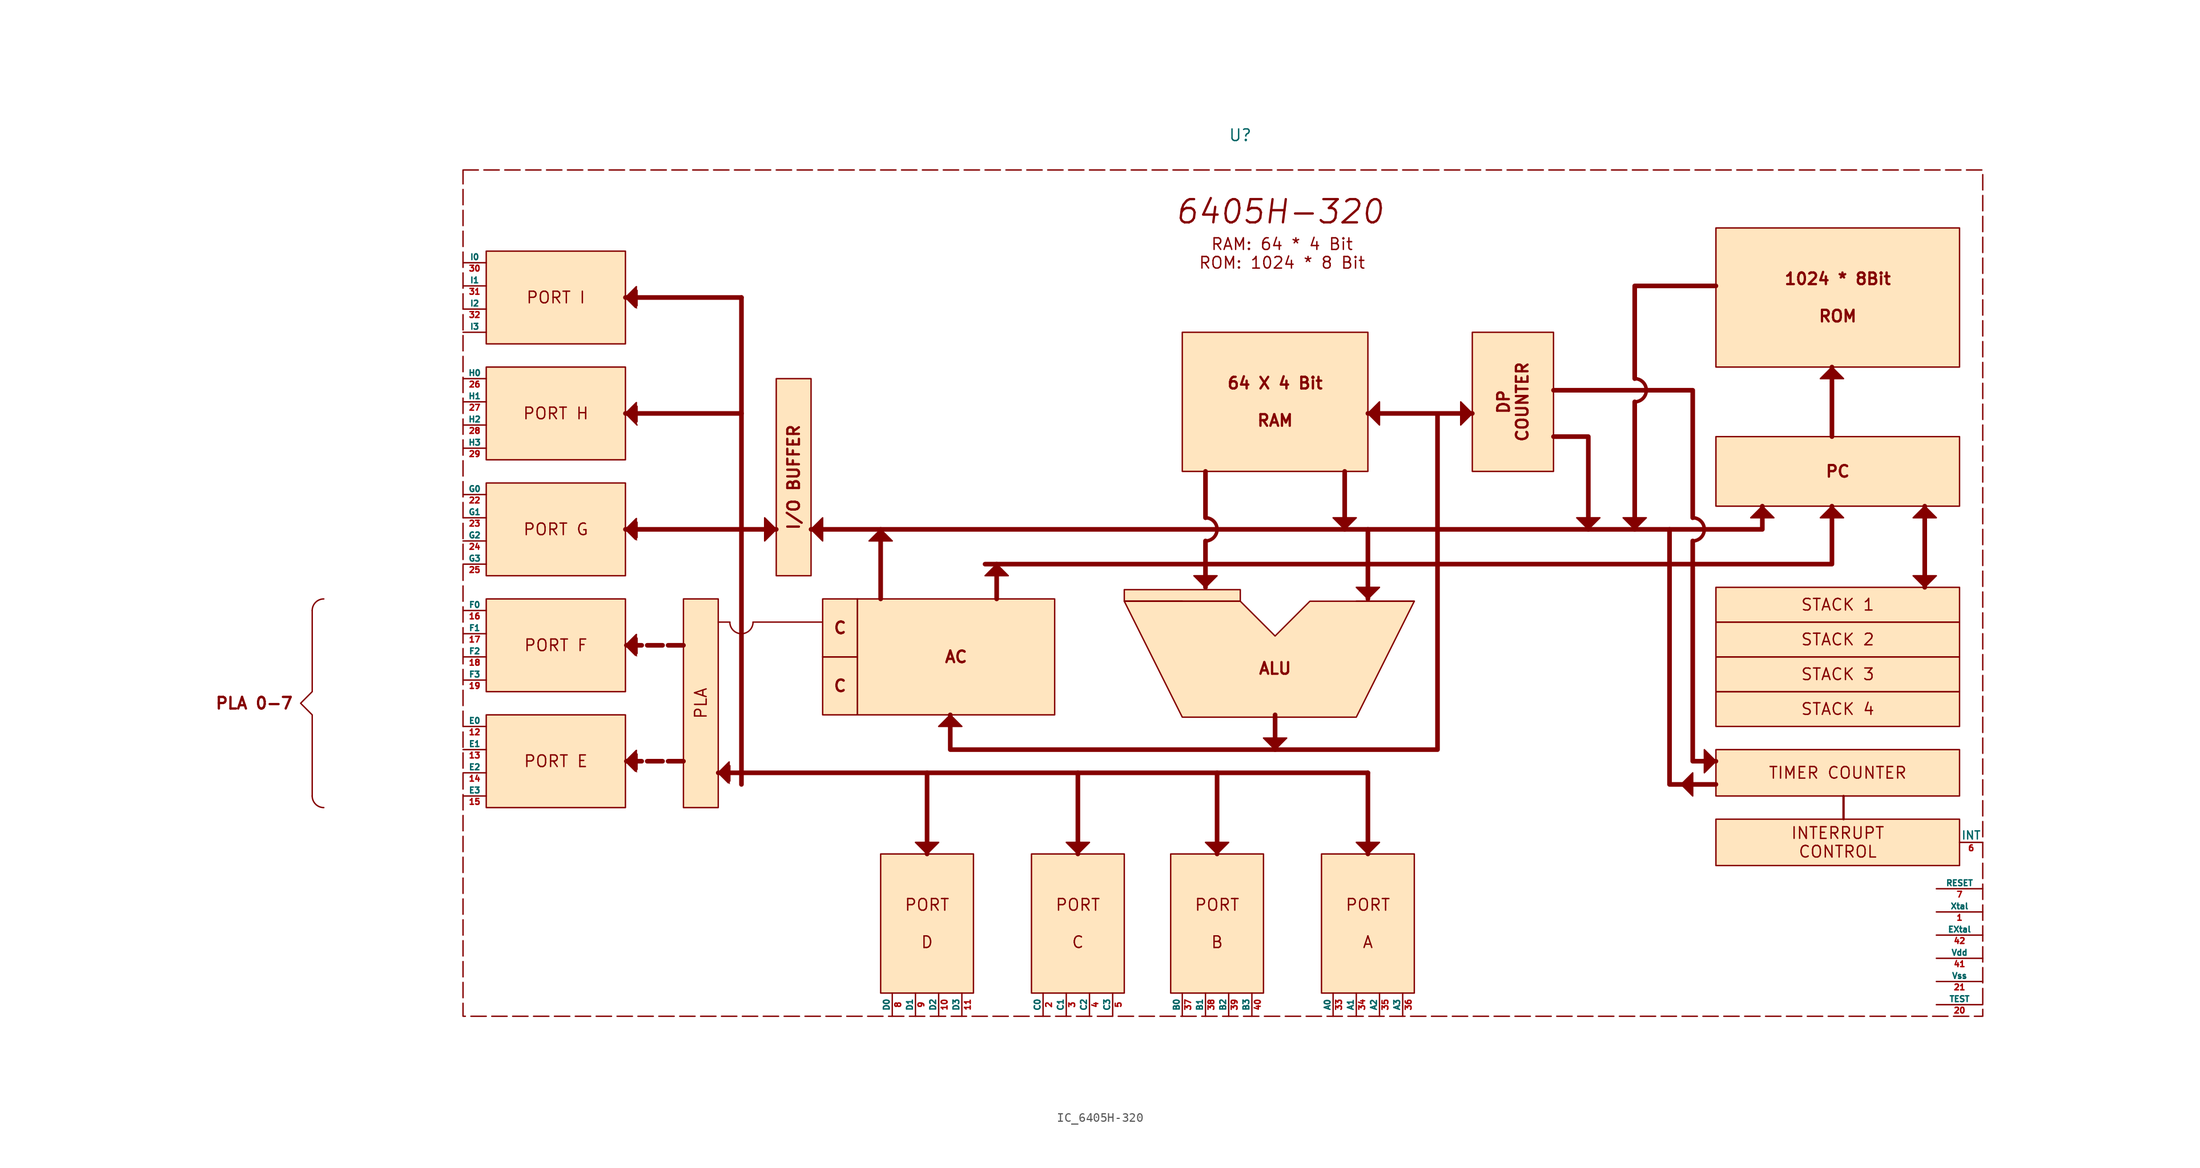
<source format=kicad_sym>
(kicad_symbol_lib
  (version 20241209)
  (generator "kicad_symbol_editor")
  (generator_version "9.0")
  (symbol "IC_6405H-320"
    (pin_names
      (offset 0))
    (property "Reference" "U"
      (at 0 0 0)
      (effects (font (size 1.27 1.27))))
    (property "Value" ""
      (at 0 0 0)
      (effects (font (size 1.27 1.27))))
    (symbol "IC_6405H-320_0_1"
      (polyline (pts (xy -101.6 -52.07) (xy -101.6 -60.96) (xy -102.87 -62.23) (xy -101.6 -63.5) (xy -101.6 -72.39)) (stroke (width 0) (type default)) (fill (type none)))
      (arc (start -101.6 -52.07) (mid -101.228 -51.172) (end -100.33 -50.8) (stroke (width 0) (type default)) (fill (type none)))
      (arc (start -100.33 -73.66) (mid -101.228 -73.288) (end -101.6 -72.39) (stroke (width 0) (type default)) (fill (type none)))
      (polyline (pts (xy -67.31 -30.48) (xy -66.04 -31.75)) (stroke (width 0) (type default)) (fill (type none))))
    (symbol "IC_6405H-320_1_1"
      (rectangle (start -85.09 -3.81) (end 81.28 -96.52) (stroke (width 0) (type dash)) (fill (type none)))
      (polyline (pts (xy -67.31 -17.78) (xy -66.04 -16.51) (xy -66.04 -19.05) (xy -67.31 -17.78)) (stroke (width 0) (type solid)) (fill (type outline)))
      (polyline (pts (xy -67.31 -30.48) (xy -66.04 -29.21) (xy -66.04 -31.75)) (stroke (width 0) (type solid)) (fill (type outline)))
      (polyline (pts (xy -67.31 -43.18) (xy -66.04 -41.91) (xy -66.04 -44.45) (xy -67.31 -43.18)) (stroke (width 0) (type solid)) (fill (type outline)))
      (polyline (pts (xy -67.31 -55.88) (xy -66.04 -54.61) (xy -66.04 -57.15) (xy -67.31 -55.88)) (stroke (width 0) (type solid)) (fill (type outline)))
      (polyline (pts (xy -67.31 -68.58) (xy -66.04 -67.31) (xy -66.04 -69.85) (xy -67.31 -68.58)) (stroke (width 0) (type solid)) (fill (type outline)))
      (polyline (pts (xy -60.96 -55.88) (xy -67.31 -55.88)) (stroke (width 0.508) (type solid)) (fill (type none)))
      (polyline (pts (xy -60.96 -68.58) (xy -67.31 -68.58)) (stroke (width 0.508) (type solid)) (fill (type none)))
      (polyline (pts (xy -57.15 -69.85) (xy -55.88 -68.58) (xy -55.88 -71.12) (xy -57.15 -69.85)) (stroke (width 0) (type solid)) (fill (type outline)))
      (polyline (pts (xy -55.88 -53.34) (xy -57.15 -53.34)) (stroke (width 0) (type default)) (fill (type none)))
      (arc (start -53.34 -53.34) (mid -53.712 -54.238) (end -54.61 -54.61) (stroke (width 0) (type default)) (fill (type none)))
      (polyline (pts (xy -54.61 -17.78) (xy -67.31 -17.78)) (stroke (width 0.508) (type solid)) (fill (type none)))
      (polyline (pts (xy -54.61 -17.78) (xy -54.61 -71.12)) (stroke (width 0.508) (type solid)) (fill (type none)))
      (polyline (pts (xy -54.61 -30.48) (xy -67.31 -30.48)) (stroke (width 0.508) (type solid)) (fill (type none)))
      (polyline (pts (xy -54.61 -43.18) (xy -67.31 -43.18)) (stroke (width 0.508) (type solid)) (fill (type none)))
      (polyline (pts (xy -54.61 -43.18) (xy -50.8 -43.18)) (stroke (width 0.508) (type solid)) (fill (type none)))
      (polyline (pts (xy -54.61 -69.85) (xy -57.15 -69.85)) (stroke (width 0.508) (type solid)) (fill (type none)))
      (polyline (pts (xy -54.61 -69.85) (xy 13.97 -69.85)) (stroke (width 0.508) (type solid)) (fill (type none)))
      (arc (start -54.61 -54.61) (mid -55.508 -54.238) (end -55.88 -53.34) (stroke (width 0) (type default)) (fill (type none)))
      (polyline (pts (xy -52.07 -41.91) (xy -50.8 -43.18) (xy -52.07 -44.45) (xy -52.07 -41.91)) (stroke (width 0) (type solid)) (fill (type outline)))
      (polyline (pts (xy -46.99 -43.18) (xy -45.72 -41.91) (xy -45.72 -44.45) (xy -46.99 -43.18)) (stroke (width 0) (type solid)) (fill (type outline)))
      (polyline (pts (xy -45.72 -53.34) (xy -53.34 -53.34)) (stroke (width 0) (type solid)) (fill (type none)))
      (polyline (pts (xy -39.37 -43.18) (xy -40.64 -44.45) (xy -38.1 -44.45) (xy -39.37 -43.18)) (stroke (width 0) (type solid)) (fill (type outline)))
      (polyline (pts (xy -39.37 -50.8) (xy -39.37 -43.18)) (stroke (width 0.508) (type solid)) (fill (type none)))
      (polyline (pts (xy -34.29 -69.85) (xy -34.29 -78.74)) (stroke (width 0.508) (type solid)) (fill (type none)))
      (polyline (pts (xy -34.29 -78.74) (xy -35.56 -77.47) (xy -33.02 -77.47) (xy -34.29 -78.74)) (stroke (width 0) (type solid)) (fill (type outline)))
      (polyline (pts (xy -31.75 -63.5) (xy -33.02 -64.77) (xy -30.48 -64.77) (xy -31.75 -63.5)) (stroke (width 0) (type solid)) (fill (type outline)))
      (polyline (pts (xy -31.75 -63.5) (xy -31.75 -67.31) (xy 21.59 -67.31) (xy 21.59 -30.48) (xy 13.97 -30.48) (xy 25.4 -30.48)) (stroke (width 0.508) (type solid)) (fill (type none)))
      (polyline (pts (xy -27.94 -46.99) (xy 64.77 -46.99) (xy 64.77 -40.64)) (stroke (width 0.508) (type solid)) (fill (type none)))
      (polyline (pts (xy -26.67 -46.99) (xy -26.67 -50.8)) (stroke (width 0.508) (type solid)) (fill (type none)))
      (polyline (pts (xy -26.67 -46.99) (xy -27.94 -48.26) (xy -25.4 -48.26) (xy -26.67 -46.99)) (stroke (width 0) (type solid)) (fill (type outline)))
      (polyline (pts (xy -17.78 -69.85) (xy -17.78 -78.74)) (stroke (width 0.508) (type solid)) (fill (type none)))
      (polyline (pts (xy -17.78 -78.74) (xy -19.05 -77.47) (xy -16.51 -77.47) (xy -17.78 -78.74)) (stroke (width 0) (type solid)) (fill (type outline)))
      (rectangle (start -12.7 -49.784) (end 0 -51.054) (stroke (width 0) (type solid)) (fill (type color) (color 255 229 191 1)))
      (polyline (pts (xy -6.35 -51.054) (xy -12.7 -51.054)) (stroke (width 0) (type default)) (fill (type none)))
      (polyline (pts (xy -6.35 -63.754) (xy 12.7 -63.754) (xy 19.05 -51.054) (xy 7.62 -51.054) (xy 3.81 -54.864) (xy 0 -51.054) (xy -12.7 -51.054) (xy -6.35 -63.754)) (stroke (width 0) (type solid)) (fill (type color) (color 255 229 191 1)))
      (arc (start -2.54 -43.18) (mid -2.912 -44.078) (end -3.81 -44.45) (stroke (width 0.381) (type solid)) (fill (type none)))
      (arc (start -3.81 -41.91) (mid -2.912 -42.282) (end -2.54 -43.18) (stroke (width 0.381) (type solid)) (fill (type none)))
      (polyline (pts (xy -3.81 -36.83) (xy -3.81 -41.91)) (stroke (width 0.508) (type solid)) (fill (type none)))
      (polyline (pts (xy -3.81 -44.45) (xy -3.81 -49.53)) (stroke (width 0.508) (type solid)) (fill (type outline)))
      (circle (center -3.81 -45.72) (radius 0.0001) (stroke (width 0) (type default)) (fill (type none)))
      (circle (center -3.81 -46.99) (radius 0.0001) (stroke (width 0) (type default)) (fill (type none)))
      (polyline (pts (xy -3.81 -49.53) (xy -5.08 -48.26) (xy -2.54 -48.26) (xy -3.81 -49.53)) (stroke (width 0) (type solid)) (fill (type outline)))
      (polyline (pts (xy -2.54 -69.85) (xy -2.54 -78.74)) (stroke (width 0.508) (type solid)) (fill (type none)))
      (polyline (pts (xy -2.54 -78.74) (xy -2.54 -78.74)) (stroke (width 0) (type default)) (fill (type none)))
      (polyline (pts (xy -2.54 -78.74) (xy -3.81 -77.47) (xy -1.27 -77.47) (xy -2.54 -78.74)) (stroke (width 0) (type solid)) (fill (type outline)))
      (polyline (pts (xy 3.81 -63.5) (xy 3.81 -67.31)) (stroke (width 0.508) (type solid)) (fill (type none)))
      (polyline (pts (xy 3.81 -67.31) (xy 2.54 -66.04) (xy 5.08 -66.04) (xy 3.81 -67.31)) (stroke (width 0) (type solid)) (fill (type outline)))
      (polyline (pts (xy 11.43 -36.83) (xy 11.43 -43.18)) (stroke (width 0.508) (type solid)) (fill (type none)))
      (polyline (pts (xy 11.43 -43.18) (xy 12.7 -41.91) (xy 10.16 -41.91) (xy 11.43 -43.18)) (stroke (width 0) (type solid)) (fill (type outline)))
      (polyline (pts (xy 12.7 -51.054) (xy 19.05 -51.054)) (stroke (width 0) (type default)) (fill (type none)))
      (polyline (pts (xy 13.97 -30.48) (xy 15.24 -29.21) (xy 15.24 -31.75) (xy 13.97 -30.48)) (stroke (width 0) (type solid)) (fill (type outline)))
      (polyline (pts (xy 13.97 -43.18) (xy 13.97 -50.8)) (stroke (width 0.508) (type solid)) (fill (type none)))
      (polyline (pts (xy 13.97 -50.8) (xy 12.7 -49.53) (xy 15.24 -49.53) (xy 13.97 -50.8)) (stroke (width 0) (type solid)) (fill (type outline)))
      (polyline (pts (xy 13.97 -69.85) (xy 13.97 -78.74)) (stroke (width 0.508) (type solid)) (fill (type none)))
      (polyline (pts (xy 13.97 -78.74) (xy 12.7 -77.47) (xy 15.24 -77.47) (xy 13.97 -78.74)) (stroke (width 0) (type solid)) (fill (type outline)))
      (polyline (pts (xy 25.4 -30.48) (xy 24.13 -29.21) (xy 24.13 -31.75) (xy 25.4 -30.48)) (stroke (width 0) (type solid)) (fill (type outline)))
      (polyline (pts (xy 34.29 -27.94) (xy 49.53 -27.94) (xy 49.53 -41.91)) (stroke (width 0.508) (type solid)) (fill (type none)))
      (polyline (pts (xy 34.29 -33.02) (xy 38.1 -33.02) (xy 38.1 -43.18)) (stroke (width 0.508) (type solid)) (fill (type none)))
      (polyline (pts (xy 38.1 -43.18) (xy 36.83 -41.91) (xy 39.37 -41.91) (xy 38.1 -43.18)) (stroke (width 0) (type solid)) (fill (type outline)))
      (arc (start 43.18 -26.67) (mid 44.078 -27.042) (end 44.45 -27.94) (stroke (width 0.381) (type solid)) (fill (type none)))
      (arc (start 44.45 -27.94) (mid 44.078 -28.838) (end 43.18 -29.21) (stroke (width 0.381) (type solid)) (fill (type none)))
      (polyline (pts (xy 43.18 -29.21) (xy 43.18 -43.18)) (stroke (width 0.508) (type solid)) (fill (type outline)))
      (polyline (pts (xy 43.18 -35.56) (xy 43.18 -35.56)) (stroke (width 0) (type default)) (fill (type none)))
      (polyline (pts (xy 43.18 -43.18) (xy 41.91 -41.91) (xy 44.45 -41.91) (xy 43.18 -43.18)) (stroke (width 0) (type solid)) (fill (type outline)))
      (polyline (pts (xy 46.99 -43.18) (xy 46.99 -71.12) (xy 52.07 -71.12)) (stroke (width 0.508) (type solid)) (fill (type none)))
      (polyline (pts (xy 48.26 -71.12) (xy 49.53 -69.85) (xy 49.53 -72.39) (xy 48.26 -71.12)) (stroke (width 0) (type solid)) (fill (type outline)))
      (arc (start 49.53 -41.91) (mid 50.428 -42.282) (end 50.8 -43.18) (stroke (width 0.381) (type solid)) (fill (type none)))
      (arc (start 50.8 -43.18) (mid 50.428 -44.078) (end 49.53 -44.45) (stroke (width 0.381) (type solid)) (fill (type none)))
      (polyline (pts (xy 49.53 -44.45) (xy 49.53 -68.58) (xy 52.07 -68.58)) (stroke (width 0.508) (type solid)) (fill (type none)))
      (polyline (pts (xy 50.8 -67.31) (xy 52.07 -68.58) (xy 50.8 -69.85) (xy 50.8 -67.31)) (stroke (width 0) (type solid)) (fill (type outline)))
      (polyline (pts (xy 52.07 -16.51) (xy 43.18 -16.51) (xy 43.18 -26.67)) (stroke (width 0.508) (type solid)) (fill (type none)))
      (polyline (pts (xy 57.15 -40.64) (xy 57.15 -43.18) (xy -46.99 -43.18)) (stroke (width 0.508) (type solid)) (fill (type none)))
      (polyline (pts (xy 57.15 -40.64) (xy 55.88 -41.91) (xy 58.42 -41.91) (xy 57.15 -40.64)) (stroke (width 0) (type solid)) (fill (type outline)))
      (polyline (pts (xy 64.77 -25.4) (xy 63.5 -26.67) (xy 66.04 -26.67) (xy 64.77 -25.4)) (stroke (width 0) (type solid)) (fill (type outline)))
      (polyline (pts (xy 64.77 -33.02) (xy 64.77 -25.4)) (stroke (width 0.508) (type solid)) (fill (type none)))
      (polyline (pts (xy 64.77 -40.64) (xy 63.5 -41.91) (xy 66.04 -41.91) (xy 64.77 -40.64)) (stroke (width 0) (type solid)) (fill (type outline)))
      (polyline (pts (xy 66.04 -72.39) (xy 66.04 -74.93)) (stroke (width 0.254) (type solid)) (fill (type none)))
      (polyline (pts (xy 74.93 -40.64) (xy 73.66 -41.91) (xy 76.2 -41.91) (xy 74.93 -40.64)) (stroke (width 0) (type solid)) (fill (type outline)))
      (polyline (pts (xy 74.93 -49.53) (xy 74.93 -40.64)) (stroke (width 0.508) (type solid)) (fill (type none)))
      (polyline (pts (xy 74.93 -49.53) (xy 76.2 -48.26) (xy 73.66 -48.26) (xy 74.93 -49.53)) (stroke (width 0) (type solid)) (fill (type outline)))
      (text "PLA 0-7" (at -107.95 -62.23 0) (effects (font (size 1.27 1.27) (thickness 0.254) (bold yes))))
      (text "ALU" (at 3.81 -58.42 0) (effects (font (size 1.27 1.27) (thickness 0.254) (bold yes))))
      (text "6405H-320" (at 4.318 -8.382 0) (effects (font (size 2.54 2.54) (thickness 0.254) (bold yes) (italic yes))))
      (text "RAM: 64 * 4 Bit\nROM: 1024 * 8 Bit" (at 4.572 -12.954 0) (effects (font (size 1.27 1.27))))
      (text_box "PORT I" (at -82.55 -12.7 0) (size 15.24 -10.16) (margins 1.016 1.016 1.016 1.016) (stroke (width 0) (type solid)) (fill (type color) (color 255 229 191 1)) (effects (font (size 1.27 1.27))))
      (text_box "PORT H\n" (at -82.55 -25.4 0) (size 15.24 -10.16) (margins 1.016 1.016 1.016 1.016) (stroke (width 0) (type solid)) (fill (type color) (color 255 229 191 1)) (effects (font (size 1.27 1.27))))
      (text_box "PORT G" (at -82.55 -38.1 0) (size 15.24 -10.16) (margins 1.016 1.016 1.016 1.016) (stroke (width 0) (type solid)) (fill (type color) (color 255 229 191 1)) (effects (font (size 1.27 1.27))))
      (text_box "PORT F" (at -82.55 -50.8 0) (size 15.24 -10.16) (margins 1.016 1.016 1.016 1.016) (stroke (width 0) (type solid)) (fill (type color) (color 255 229 191 1)) (effects (font (size 1.27 1.27))))
      (text_box "PORT E" (at -82.55 -63.5 0) (size 15.24 -10.16) (margins 1.016 1.016 1.016 1.016) (stroke (width 0) (type solid)) (fill (type color) (color 255 229 191 1)) (effects (font (size 1.27 1.27))))
      (text_box "PLA" (at -60.96 -50.8 90) (size 3.81 -22.86) (margins 1.016 1.016 1.016 1.016) (stroke (width 0) (type solid)) (fill (type color) (color 255 229 191 1)) (effects (font (size 1.27 1.27))))
      (text_box "I/O BUFFER" (at -50.8 -26.67 90) (size 3.81 -21.59) (margins 1.016 1.016 1.016 1.016) (stroke (width 0) (type solid)) (fill (type color) (color 255 229 191 1)) (effects (font (size 1.27 1.27) (thickness 0.254) (bold yes))))
      (text_box "C" (at -45.72 -50.8 0) (size 3.81 -6.35) (margins 1.016 1.016 1.016 1.016) (stroke (width 0) (type solid)) (fill (type color) (color 255 229 191 1)) (effects (font (size 1.27 1.27) (thickness 0.254) (bold yes))))
      (text_box "C" (at -45.72 -57.15 0) (size 3.81 -6.35) (margins 1.016 1.016 1.016 1.016) (stroke (width 0) (type solid)) (fill (type color) (color 255 229 191 1)) (effects (font (size 1.27 1.27) (thickness 0.254) (bold yes))))
      (text_box "AC" (at -41.91 -50.8 0) (size 21.59 -12.7) (margins 1.016 1.016 1.016 1.016) (stroke (width 0) (type solid)) (fill (type color) (color 255 229 191 1)) (effects (font (size 1.27 1.27) (thickness 0.254) (bold yes))))
      (text_box "PORT \n\nD\n" (at -39.37 -78.74 0) (size 10.16 -15.24) (margins 1.016 1.016 1.016 1.016) (stroke (width 0) (type solid)) (fill (type color) (color 255 229 191 1)) (effects (font (size 1.27 1.27))))
      (text_box "PORT\n\nC" (at -22.86 -78.74 0) (size 10.16 -15.24) (margins 1.016 1.016 1.016 1.016) (stroke (width 0) (type solid)) (fill (type color) (color 255 229 191 1)) (effects (font (size 1.27 1.27))))
      (text_box "PORT\n\nB" (at -7.62 -78.74 0) (size 10.16 -15.24) (margins 1.016 1.016 1.016 1.016) (stroke (width 0) (type solid)) (fill (type color) (color 255 229 191 1)) (effects (font (size 1.27 1.27))))
      (text_box "64 X 4 Bit\n\nRAM" (at -6.35 -21.59 0) (size 20.32 -15.24) (margins 1.016 1.016 1.016 1.016) (stroke (width 0) (type solid)) (fill (type color) (color 255 229 191 1)) (effects (font (size 1.27 1.27) (thickness 0.254) (bold yes))))
      (text_box "PORT\n\nA" (at 8.89 -78.74 0) (size 10.16 -15.24) (margins 1.016 1.016 1.016 1.016) (stroke (width 0) (type solid)) (fill (type color) (color 255 229 191 1)) (effects (font (size 1.27 1.27))))
      (text_box "DP\nCOUNTER" (at 25.4 -21.59 90) (size 8.89 -15.24) (margins 1.016 1.016 1.016 1.016) (stroke (width 0) (type solid)) (fill (type color) (color 255 229 191 1)) (effects (font (size 1.27 1.27) (thickness 0.254) (bold yes))))
      (text_box "1024 * 8Bit\n\nROM" (at 52.07 -10.16 0) (size 26.67 -15.24) (margins 1.016 1.016 1.016 1.016) (stroke (width 0) (type solid)) (fill (type color) (color 255 229 191 1)) (effects (font (size 1.27 1.27) (thickness 0.254) (bold yes))))
      (text_box "PC" (at 52.07 -33.02 0) (size 26.67 -7.62) (margins 1.016 1.016 1.016 1.016) (stroke (width 0) (type solid)) (fill (type color) (color 255 229 191 1)) (effects (font (size 1.27 1.27) (thickness 0.254) (bold yes))))
      (text_box "STACK 1" (at 52.07 -49.53 0) (size 26.67 -3.81) (margins 1.016 1.016 1.016 1.016) (stroke (width 0) (type solid)) (fill (type color) (color 255 229 191 1)) (effects (font (size 1.27 1.27))))
      (text_box "STACK 2" (at 52.07 -53.34 0) (size 26.67 -3.81) (margins 1.016 1.016 1.016 1.016) (stroke (width 0) (type solid)) (fill (type color) (color 255 229 191 1)) (effects (font (size 1.27 1.27))))
      (text_box "STACK 3\n" (at 52.07 -57.15 0) (size 26.67 -3.81) (margins 1.016 1.016 1.016 1.016) (stroke (width 0) (type solid)) (fill (type color) (color 255 229 191 1)) (effects (font (size 1.27 1.27))))
      (text_box "STACK 4\n" (at 52.07 -60.96 0) (size 26.67 -3.81) (margins 1.016 1.016 1.016 1.016) (stroke (width 0) (type solid)) (fill (type color) (color 255 229 191 1)) (effects (font (size 1.27 1.27))))
      (text_box "TIMER COUNTER" (at 52.07 -67.31 0) (size 26.67 -5.08) (margins 1.016 1.016 1.016 1.016) (stroke (width 0) (type solid)) (fill (type color) (color 255 229 191 1)) (effects (font (size 1.27 1.27))))
      (text_box "INTERRUPT\nCONTROL" (at 52.07 -74.93 0) (size 26.67 -5.08) (margins 1.016 1.016 1.016 1.016) (stroke (width 0) (type solid)) (fill (type color) (color 255 229 191 1)) (effects (font (size 1.27 1.27))))
      (pin bidirectional line (at -85.09 -13.97 0) (length 2.54) (name "I0" (effects (font (size 0.635 0.635)))) (number "30" (effects (font (size 0.635 0.635)))))
      (pin bidirectional line (at -85.09 -16.51 0) (length 2.54) (name "I1" (effects (font (size 0.635 0.635)))) (number "31" (effects (font (size 0.635 0.635)))))
      (pin bidirectional line (at -85.09 -19.05 0) (length 2.54) (name "I2" (effects (font (size 0.635 0.635)))) (number "32" (effects (font (size 0.635 0.635)))))
      (pin bidirectional line (at -85.09 -21.59 0) (length 2.54) (name "I3" (effects (font (size 0.635 0.635)))) (number "" (effects (font (size 1.27 1.27)))))
      (pin bidirectional line (at -85.09 -26.67 0) (length 2.54) (name "H0" (effects (font (size 0.635 0.635)))) (number "26" (effects (font (size 0.635 0.635)))))
      (pin bidirectional line (at -85.09 -29.21 0) (length 2.54) (name "H1" (effects (font (size 0.635 0.635)))) (number "27" (effects (font (size 0.635 0.635)))))
      (pin bidirectional line (at -85.09 -31.75 0) (length 2.54) (name "H2" (effects (font (size 0.635 0.635)))) (number "28" (effects (font (size 0.635 0.635)))))
      (pin bidirectional line (at -85.09 -34.29 0) (length 2.54) (name "H3" (effects (font (size 0.635 0.635)))) (number "29" (effects (font (size 0.635 0.635)))))
      (pin bidirectional line (at -85.09 -39.37 0) (length 2.54) (name "G0" (effects (font (size 0.635 0.635)))) (number "22" (effects (font (size 0.635 0.635)))))
      (pin bidirectional line (at -85.09 -41.91 0) (length 2.54) (name "G1" (effects (font (size 0.635 0.635)))) (number "23" (effects (font (size 0.635 0.635)))))
      (pin bidirectional line (at -85.09 -44.45 0) (length 2.54) (name "G2" (effects (font (size 0.635 0.635)))) (number "24" (effects (font (size 0.635 0.635)))))
      (pin bidirectional line (at -85.09 -46.99 0) (length 2.54) (name "G3" (effects (font (size 0.635 0.635)))) (number "25" (effects (font (size 0.635 0.635)))))
      (pin bidirectional line (at -85.09 -52.07 0) (length 2.54) (name "F0" (effects (font (size 0.635 0.635)))) (number "16" (effects (font (size 0.635 0.635)))))
      (pin bidirectional line (at -85.09 -54.61 0) (length 2.54) (name "F1" (effects (font (size 0.635 0.635)))) (number "17" (effects (font (size 0.635 0.635)))))
      (pin bidirectional line (at -85.09 -57.15 0) (length 2.54) (name "F2" (effects (font (size 0.635 0.635)))) (number "18" (effects (font (size 0.635 0.635)))))
      (pin bidirectional line (at -85.09 -59.69 0) (length 2.54) (name "F3" (effects (font (size 0.635 0.635)))) (number "19" (effects (font (size 0.635 0.635)))))
      (pin bidirectional line (at -85.09 -64.77 0) (length 2.54) (name "E0" (effects (font (size 0.635 0.635)))) (number "12" (effects (font (size 0.635 0.635)))))
      (pin bidirectional line (at -85.09 -67.31 0) (length 2.54) (name "E1" (effects (font (size 0.635 0.635)))) (number "13" (effects (font (size 0.635 0.635)))))
      (pin bidirectional line (at -85.09 -69.85 0) (length 2.54) (name "E2" (effects (font (size 0.635 0.635)))) (number "14" (effects (font (size 0.635 0.635)))))
      (pin bidirectional line (at -85.09 -72.39 0) (length 2.54) (name "E3" (effects (font (size 0.635 0.635)))) (number "15" (effects (font (size 0.635 0.635)))))
      (pin bidirectional line (at -38.1 -96.52 90) (length 2.54) (name "D0" (effects (font (size 0.635 0.635)))) (number "8" (effects (font (size 0.635 0.635)))))
      (pin bidirectional line (at -35.56 -96.52 90) (length 2.54) (name "D1" (effects (font (size 0.635 0.635)))) (number "9" (effects (font (size 0.635 0.635)))))
      (pin bidirectional line (at -33.02 -96.52 90) (length 2.54) (name "D2" (effects (font (size 0.635 0.635)))) (number "10" (effects (font (size 0.635 0.635)))))
      (pin bidirectional line (at -30.48 -96.52 90) (length 2.54) (name "D3" (effects (font (size 0.635 0.635)))) (number "11" (effects (font (size 0.635 0.635)))))
      (pin bidirectional line (at -21.59 -96.52 90) (length 2.54) (name "C0" (effects (font (size 0.635 0.635)))) (number "2" (effects (font (size 0.635 0.635)))))
      (pin bidirectional line (at -19.05 -96.52 90) (length 2.54) (name "C1" (effects (font (size 0.635 0.635)))) (number "3" (effects (font (size 0.635 0.635)))))
      (pin bidirectional line (at -16.51 -96.52 90) (length 2.54) (name "C2" (effects (font (size 0.635 0.635)))) (number "4" (effects (font (size 0.635 0.635)))))
      (pin bidirectional line (at -13.97 -96.52 90) (length 2.54) (name "C3" (effects (font (size 0.635 0.635)))) (number "5" (effects (font (size 0.635 0.635)))))
      (pin input line (at -6.35 -96.52 90) (length 2.54) (name "B0" (effects (font (size 0.635 0.635)))) (number "37" (effects (font (size 0.635 0.635)))))
      (pin bidirectional line (at -3.81 -96.52 90) (length 2.54) (name "B1" (effects (font (size 0.635 0.635)))) (number "38" (effects (font (size 0.635 0.635)))))
      (pin bidirectional line (at -1.27 -96.52 90) (length 2.54) (name "B2" (effects (font (size 0.635 0.635)))) (number "39" (effects (font (size 0.635 0.635)))))
      (pin bidirectional line (at 1.27 -96.52 90) (length 2.54) (name "B3" (effects (font (size 0.635 0.635)))) (number "40" (effects (font (size 0.635 0.635)))))
      (pin bidirectional line (at 10.16 -96.52 90) (length 2.54) (name "A0" (effects (font (size 0.635 0.635)))) (number "33" (effects (font (size 0.635 0.635)))))
      (pin bidirectional line (at 12.7 -96.52 90) (length 2.54) (name "A1" (effects (font (size 0.635 0.635)))) (number "34" (effects (font (size 0.635 0.635)))))
      (pin bidirectional line (at 15.24 -96.52 90) (length 2.54) (name "A2" (effects (font (size 0.635 0.635)))) (number "35" (effects (font (size 0.635 0.635)))))
      (pin bidirectional line (at 17.78 -96.52 90) (length 2.54) (name "A3" (effects (font (size 0.635 0.635)))) (number "36" (effects (font (size 0.635 0.635)))))
      (pin input line (at 81.28 -77.47 180) (length 2.54) (name "INT" (effects (font (size 0.889 0.889)))) (number "6" (effects (font (size 0.635 0.635)))))
      (pin input line (at 81.28 -82.55 180) (length 5.08) (name "RESET" (effects (font (size 0.635 0.635)))) (number "7" (effects (font (size 0.635 0.635)))))
      (pin input line (at 81.28 -85.09 180) (length 5.08) (name "Xtal" (effects (font (size 0.635 0.635)))) (number "1" (effects (font (size 0.635 0.635)))))
      (pin input line (at 81.28 -87.63 180) (length 5.08) (name "EXtal" (effects (font (size 0.635 0.635)))) (number "42" (effects (font (size 0.635 0.635)))))
      (pin input line (at 81.28 -90.17 180) (length 5.08) (name "Vdd" (effects (font (size 0.635 0.635)))) (number "41" (effects (font (size 0.635 0.635)))))
      (pin input line (at 81.28 -92.71 180) (length 5.08) (name "Vss" (effects (font (size 0.635 0.635)))) (number "21" (effects (font (size 0.635 0.635)))))
      (pin input line (at 81.28 -95.25 180) (length 5.08) (name "TEST" (effects (font (size 0.635 0.635)))) (number "20" (effects (font (size 0.635 0.635))))))))
</source>
